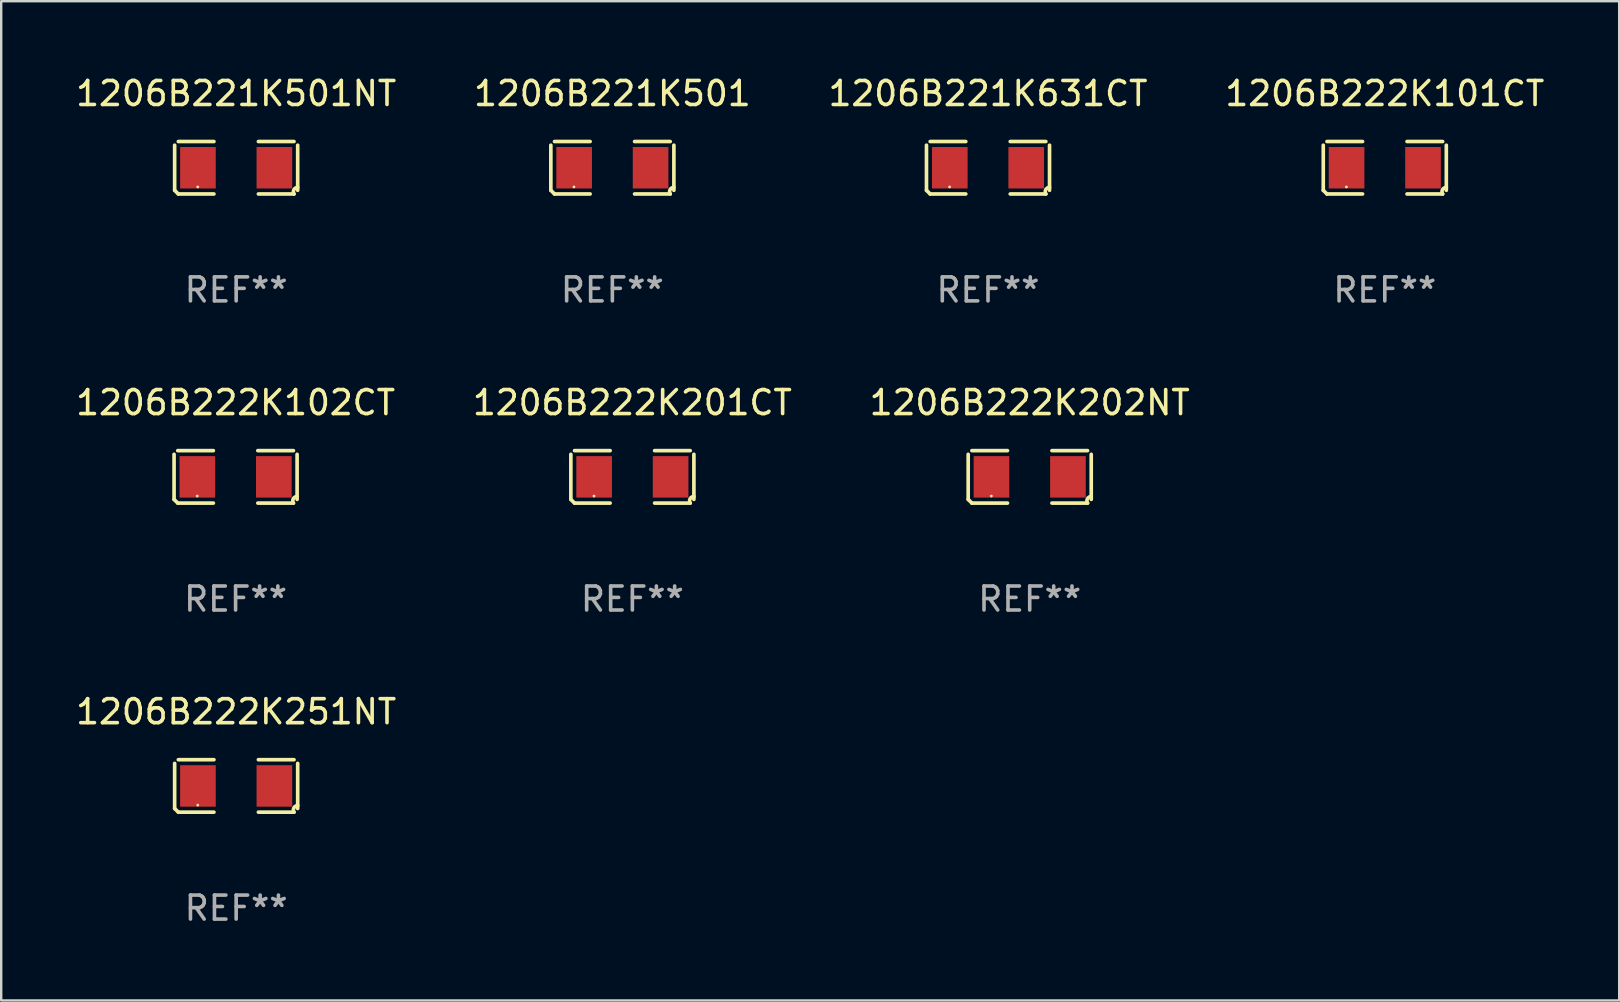
<source format=kicad_pcb>
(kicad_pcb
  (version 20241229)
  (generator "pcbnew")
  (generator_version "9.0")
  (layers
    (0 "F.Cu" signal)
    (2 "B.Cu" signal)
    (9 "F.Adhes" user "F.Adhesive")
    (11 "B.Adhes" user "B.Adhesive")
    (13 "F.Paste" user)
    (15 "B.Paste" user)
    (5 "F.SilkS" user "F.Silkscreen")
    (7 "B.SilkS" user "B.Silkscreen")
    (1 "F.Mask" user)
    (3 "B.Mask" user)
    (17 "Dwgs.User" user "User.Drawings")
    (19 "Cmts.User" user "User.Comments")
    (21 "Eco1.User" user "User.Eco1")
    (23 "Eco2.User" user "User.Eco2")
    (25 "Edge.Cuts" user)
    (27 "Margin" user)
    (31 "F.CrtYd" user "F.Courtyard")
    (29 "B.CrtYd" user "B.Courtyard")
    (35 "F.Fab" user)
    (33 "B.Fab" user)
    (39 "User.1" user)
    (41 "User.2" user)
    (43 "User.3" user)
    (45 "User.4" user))
  (footprint "1206B222K201CT"
    (layer "F.Cu")
    (at 23.304 16.823)
    (property "Reference" "1206B222K201CT" (at 0 -3.093 0) (layer "F.SilkS") (effects (font (size 1 1) (thickness 0.15))))
    (attr through_hole)
    (fp_line (start -2.564 0.94) (end -2.564 -0.94) (stroke (width 0.152) (type solid)) (layer "F.SilkS"))
    (fp_line (start -2.411 -1.093) (end -0.926 -1.093) (stroke (width 0.152) (type solid)) (layer "F.SilkS"))
    (fp_line (start -0.926 1.093) (end -2.411 1.093) (stroke (width 0.152) (type solid)) (layer "F.SilkS"))
    (fp_line (start 0.926 1.093) (end 2.411 1.093) (stroke (width 0.152) (type solid)) (layer "F.SilkS"))
    (fp_line (start 2.411 -1.093) (end 0.926 -1.093) (stroke (width 0.152) (type solid)) (layer "F.SilkS"))
    (fp_line (start 2.564 0.94) (end 2.564 -0.94) (stroke (width 0.152) (type solid)) (layer "F.SilkS"))
    (fp_arc (start -2.411201 1.092609) (mid -2.487413 1.01642) (end -2.563602 0.940208) (stroke (width 0.1524) (type solid)) (layer "F.SilkS"))
    (fp_arc (start 2.411201 1.092609) (mid 2.407159 0.911226) (end 2.563602 0.819347) (stroke (width 0.1524) (type solid)) (layer "F.SilkS"))
    (fp_circle (center -1.6 0.8) (end -1.57 0.8) (stroke (width 0.06) (type solid)) (fill no) (layer "F.SilkS"))
    (fp_text user "REF**" (at 0 5.093 0) (layer "F.Fab") (effects (font (size 1 1) (thickness 0.15))))
    (pad "1" smd rect (at -1.593 0) (size 1.485 1.728) (layers "F.Cu" "F.Mask" "F.Paste"))
    (pad "2" smd rect (at 1.593 0) (size 1.485 1.728) (layers "F.Cu" "F.Mask" "F.Paste")))
  (footprint "1206B222K202NT"
    (layer "F.Cu")
    (at 39.863 16.823)
    (property "Reference" "1206B222K202NT" (at 0 -3.093 0) (layer "F.SilkS") (effects (font (size 1 1) (thickness 0.15))))
    (attr through_hole)
    (fp_line (start -2.564 0.94) (end -2.564 -0.94) (stroke (width 0.152) (type solid)) (layer "F.SilkS"))
    (fp_line (start -2.411 -1.093) (end -0.926 -1.093) (stroke (width 0.152) (type solid)) (layer "F.SilkS"))
    (fp_line (start -0.926 1.093) (end -2.411 1.093) (stroke (width 0.152) (type solid)) (layer "F.SilkS"))
    (fp_line (start 0.926 1.093) (end 2.411 1.093) (stroke (width 0.152) (type solid)) (layer "F.SilkS"))
    (fp_line (start 2.411 -1.093) (end 0.926 -1.093) (stroke (width 0.152) (type solid)) (layer "F.SilkS"))
    (fp_line (start 2.564 0.94) (end 2.564 -0.94) (stroke (width 0.152) (type solid)) (layer "F.SilkS"))
    (fp_arc (start -2.411201 1.092609) (mid -2.487413 1.01642) (end -2.563602 0.940208) (stroke (width 0.1524) (type solid)) (layer "F.SilkS"))
    (fp_arc (start 2.411201 1.092609) (mid 2.407159 0.911226) (end 2.563602 0.819347) (stroke (width 0.1524) (type solid)) (layer "F.SilkS"))
    (fp_circle (center -1.6 0.8) (end -1.57 0.8) (stroke (width 0.06) (type solid)) (fill no) (layer "F.SilkS"))
    (fp_text user "REF**" (at 0 5.093 0) (layer "F.Fab") (effects (font (size 1 1) (thickness 0.15))))
    (pad "1" smd rect (at -1.593 0) (size 1.485 1.728) (layers "F.Cu" "F.Mask" "F.Paste"))
    (pad "2" smd rect (at 1.593 0) (size 1.485 1.728) (layers "F.Cu" "F.Mask" "F.Paste")))
  (footprint "1206B221K631CT"
    (layer "F.Cu")
    (at 38.125 3.941)
    (property "Reference" "1206B221K631CT" (at 0 -3.093 0) (layer "F.SilkS") (effects (font (size 1 1) (thickness 0.15))))
    (attr through_hole)
    (fp_line (start -2.564 0.94) (end -2.564 -0.94) (stroke (width 0.152) (type solid)) (layer "F.SilkS"))
    (fp_line (start -2.411 -1.093) (end -0.926 -1.093) (stroke (width 0.152) (type solid)) (layer "F.SilkS"))
    (fp_line (start -0.926 1.093) (end -2.411 1.093) (stroke (width 0.152) (type solid)) (layer "F.SilkS"))
    (fp_line (start 0.926 1.093) (end 2.411 1.093) (stroke (width 0.152) (type solid)) (layer "F.SilkS"))
    (fp_line (start 2.411 -1.093) (end 0.926 -1.093) (stroke (width 0.152) (type solid)) (layer "F.SilkS"))
    (fp_line (start 2.564 0.94) (end 2.564 -0.94) (stroke (width 0.152) (type solid)) (layer "F.SilkS"))
    (fp_arc (start -2.411201 1.092609) (mid -2.487413 1.01642) (end -2.563602 0.940208) (stroke (width 0.1524) (type solid)) (layer "F.SilkS"))
    (fp_arc (start 2.411201 1.092609) (mid 2.407159 0.911226) (end 2.563602 0.819347) (stroke (width 0.1524) (type solid)) (layer "F.SilkS"))
    (fp_circle (center -1.6 0.8) (end -1.57 0.8) (stroke (width 0.06) (type solid)) (fill no) (layer "F.SilkS"))
    (fp_text user "REF**" (at 0 5.093 0) (layer "F.Fab") (effects (font (size 1 1) (thickness 0.15))))
    (pad "1" smd rect (at -1.593 0) (size 1.485 1.728) (layers "F.Cu" "F.Mask" "F.Paste"))
    (pad "2" smd rect (at 1.593 0) (size 1.485 1.728) (layers "F.Cu" "F.Mask" "F.Paste")))
  (footprint "1206B222K101CT"
    (layer "F.Cu")
    (at 54.661 3.941)
    (property "Reference" "1206B222K101CT" (at 0 -3.093 0) (layer "F.SilkS") (effects (font (size 1 1) (thickness 0.15))))
    (attr through_hole)
    (fp_line (start -2.564 0.94) (end -2.564 -0.94) (stroke (width 0.152) (type solid)) (layer "F.SilkS"))
    (fp_line (start -2.411 -1.093) (end -0.926 -1.093) (stroke (width 0.152) (type solid)) (layer "F.SilkS"))
    (fp_line (start -0.926 1.093) (end -2.411 1.093) (stroke (width 0.152) (type solid)) (layer "F.SilkS"))
    (fp_line (start 0.926 1.093) (end 2.411 1.093) (stroke (width 0.152) (type solid)) (layer "F.SilkS"))
    (fp_line (start 2.411 -1.093) (end 0.926 -1.093) (stroke (width 0.152) (type solid)) (layer "F.SilkS"))
    (fp_line (start 2.564 0.94) (end 2.564 -0.94) (stroke (width 0.152) (type solid)) (layer "F.SilkS"))
    (fp_arc (start -2.411201 1.092609) (mid -2.487413 1.01642) (end -2.563602 0.940208) (stroke (width 0.1524) (type solid)) (layer "F.SilkS"))
    (fp_arc (start 2.411201 1.092609) (mid 2.407159 0.911226) (end 2.563602 0.819347) (stroke (width 0.1524) (type solid)) (layer "F.SilkS"))
    (fp_circle (center -1.6 0.8) (end -1.57 0.8) (stroke (width 0.06) (type solid)) (fill no) (layer "F.SilkS"))
    (fp_text user "REF**" (at 0 5.093 0) (layer "F.Fab") (effects (font (size 1 1) (thickness 0.15))))
    (pad "1" smd rect (at -1.593 0) (size 1.485 1.728) (layers "F.Cu" "F.Mask" "F.Paste"))
    (pad "2" smd rect (at 1.593 0) (size 1.485 1.728) (layers "F.Cu" "F.Mask" "F.Paste")))
  (footprint "1206B222K102CT"
    (layer "F.Cu")
    (at 6.768 16.823)
    (property "Reference" "1206B222K102CT" (at 0 -3.093 0) (layer "F.SilkS") (effects (font (size 1 1) (thickness 0.15))))
    (attr through_hole)
    (fp_line (start -2.564 0.94) (end -2.564 -0.94) (stroke (width 0.152) (type solid)) (layer "F.SilkS"))
    (fp_line (start -2.411 -1.093) (end -0.926 -1.093) (stroke (width 0.152) (type solid)) (layer "F.SilkS"))
    (fp_line (start -0.926 1.093) (end -2.411 1.093) (stroke (width 0.152) (type solid)) (layer "F.SilkS"))
    (fp_line (start 0.926 1.093) (end 2.411 1.093) (stroke (width 0.152) (type solid)) (layer "F.SilkS"))
    (fp_line (start 2.411 -1.093) (end 0.926 -1.093) (stroke (width 0.152) (type solid)) (layer "F.SilkS"))
    (fp_line (start 2.564 0.94) (end 2.564 -0.94) (stroke (width 0.152) (type solid)) (layer "F.SilkS"))
    (fp_arc (start -2.411201 1.092609) (mid -2.487413 1.01642) (end -2.563602 0.940208) (stroke (width 0.1524) (type solid)) (layer "F.SilkS"))
    (fp_arc (start 2.411201 1.092609) (mid 2.407159 0.911226) (end 2.563602 0.819347) (stroke (width 0.1524) (type solid)) (layer "F.SilkS"))
    (fp_circle (center -1.6 0.8) (end -1.57 0.8) (stroke (width 0.06) (type solid)) (fill no) (layer "F.SilkS"))
    (fp_text user "REF**" (at 0 5.093 0) (layer "F.Fab") (effects (font (size 1 1) (thickness 0.15))))
    (pad "1" smd rect (at -1.593 0) (size 1.485 1.728) (layers "F.Cu" "F.Mask" "F.Paste"))
    (pad "2" smd rect (at 1.593 0) (size 1.485 1.728) (layers "F.Cu" "F.Mask" "F.Paste")))
  (footprint "1206B221K501"
    (layer "F.Cu")
    (at 22.47 3.941)
    (property "Reference" "1206B221K501" (at 0 -3.093 0) (layer "F.SilkS") (effects (font (size 1 1) (thickness 0.15))))
    (attr through_hole)
    (fp_line (start -2.564 0.94) (end -2.564 -0.94) (stroke (width 0.152) (type solid)) (layer "F.SilkS"))
    (fp_line (start -2.411 -1.093) (end -0.926 -1.093) (stroke (width 0.152) (type solid)) (layer "F.SilkS"))
    (fp_line (start -0.926 1.093) (end -2.411 1.093) (stroke (width 0.152) (type solid)) (layer "F.SilkS"))
    (fp_line (start 0.926 1.093) (end 2.411 1.093) (stroke (width 0.152) (type solid)) (layer "F.SilkS"))
    (fp_line (start 2.411 -1.093) (end 0.926 -1.093) (stroke (width 0.152) (type solid)) (layer "F.SilkS"))
    (fp_line (start 2.564 0.94) (end 2.564 -0.94) (stroke (width 0.152) (type solid)) (layer "F.SilkS"))
    (fp_arc (start -2.411201 1.092609) (mid -2.487413 1.01642) (end -2.563602 0.940208) (stroke (width 0.1524) (type solid)) (layer "F.SilkS"))
    (fp_arc (start 2.411201 1.092609) (mid 2.407159 0.911226) (end 2.563602 0.819347) (stroke (width 0.1524) (type solid)) (layer "F.SilkS"))
    (fp_circle (center -1.6 0.8) (end -1.57 0.8) (stroke (width 0.06) (type solid)) (fill no) (layer "F.SilkS"))
    (fp_text user "REF**" (at 0 5.093 0) (layer "F.Fab") (effects (font (size 1 1) (thickness 0.15))))
    (pad "1" smd rect (at -1.593 0) (size 1.485 1.728) (layers "F.Cu" "F.Mask" "F.Paste"))
    (pad "2" smd rect (at 1.593 0) (size 1.485 1.728) (layers "F.Cu" "F.Mask" "F.Paste")))
  (footprint "1206B221K501NT"
    (layer "F.Cu")
    (at 6.792 3.941)
    (property "Reference" "1206B221K501NT" (at 0 -3.093 0) (layer "F.SilkS") (effects (font (size 1 1) (thickness 0.15))))
    (attr through_hole)
    (fp_line (start -2.564 0.94) (end -2.564 -0.94) (stroke (width 0.152) (type solid)) (layer "F.SilkS"))
    (fp_line (start -2.411 -1.093) (end -0.926 -1.093) (stroke (width 0.152) (type solid)) (layer "F.SilkS"))
    (fp_line (start -0.926 1.093) (end -2.411 1.093) (stroke (width 0.152) (type solid)) (layer "F.SilkS"))
    (fp_line (start 0.926 1.093) (end 2.411 1.093) (stroke (width 0.152) (type solid)) (layer "F.SilkS"))
    (fp_line (start 2.411 -1.093) (end 0.926 -1.093) (stroke (width 0.152) (type solid)) (layer "F.SilkS"))
    (fp_line (start 2.564 0.94) (end 2.564 -0.94) (stroke (width 0.152) (type solid)) (layer "F.SilkS"))
    (fp_arc (start -2.411201 1.092609) (mid -2.487413 1.01642) (end -2.563602 0.940208) (stroke (width 0.1524) (type solid)) (layer "F.SilkS"))
    (fp_arc (start 2.411201 1.092609) (mid 2.407159 0.911226) (end 2.563602 0.819347) (stroke (width 0.1524) (type solid)) (layer "F.SilkS"))
    (fp_circle (center -1.6 0.8) (end -1.57 0.8) (stroke (width 0.06) (type solid)) (fill no) (layer "F.SilkS"))
    (fp_text user "REF**" (at 0 5.093 0) (layer "F.Fab") (effects (font (size 1 1) (thickness 0.15))))
    (pad "1" smd rect (at -1.593 0) (size 1.485 1.728) (layers "F.Cu" "F.Mask" "F.Paste"))
    (pad "2" smd rect (at 1.593 0) (size 1.485 1.728) (layers "F.Cu" "F.Mask" "F.Paste")))
  (footprint "1206B222K251NT"
    (layer "F.Cu")
    (at 6.792 29.704)
    (property "Reference" "1206B222K251NT" (at 0 -3.093 0) (layer "F.SilkS") (effects (font (size 1 1) (thickness 0.15))))
    (attr through_hole)
    (fp_line (start -2.564 0.94) (end -2.564 -0.94) (stroke (width 0.152) (type solid)) (layer "F.SilkS"))
    (fp_line (start -2.411 -1.093) (end -0.926 -1.093) (stroke (width 0.152) (type solid)) (layer "F.SilkS"))
    (fp_line (start -0.926 1.093) (end -2.411 1.093) (stroke (width 0.152) (type solid)) (layer "F.SilkS"))
    (fp_line (start 0.926 1.093) (end 2.411 1.093) (stroke (width 0.152) (type solid)) (layer "F.SilkS"))
    (fp_line (start 2.411 -1.093) (end 0.926 -1.093) (stroke (width 0.152) (type solid)) (layer "F.SilkS"))
    (fp_line (start 2.564 0.94) (end 2.564 -0.94) (stroke (width 0.152) (type solid)) (layer "F.SilkS"))
    (fp_arc (start -2.411201 1.092609) (mid -2.487413 1.01642) (end -2.563602 0.940208) (stroke (width 0.1524) (type solid)) (layer "F.SilkS"))
    (fp_arc (start 2.411201 1.092609) (mid 2.407159 0.911226) (end 2.563602 0.819347) (stroke (width 0.1524) (type solid)) (layer "F.SilkS"))
    (fp_circle (center -1.6 0.8) (end -1.57 0.8) (stroke (width 0.06) (type solid)) (fill no) (layer "F.SilkS"))
    (fp_text user "REF**" (at 0 5.093 0) (layer "F.Fab") (effects (font (size 1 1) (thickness 0.15))))
    (pad "1" smd rect (at -1.593 0) (size 1.485 1.728) (layers "F.Cu" "F.Mask" "F.Paste"))
    (pad "2" smd rect (at 1.593 0) (size 1.485 1.728) (layers "F.Cu" "F.Mask" "F.Paste")))
  (gr_rect
    (start -3 -3)
    (end 64.429 38.645)
    (stroke (width 0.1) (type default))
    (fill no)
    (layer "Edge.Cuts")))
</source>
